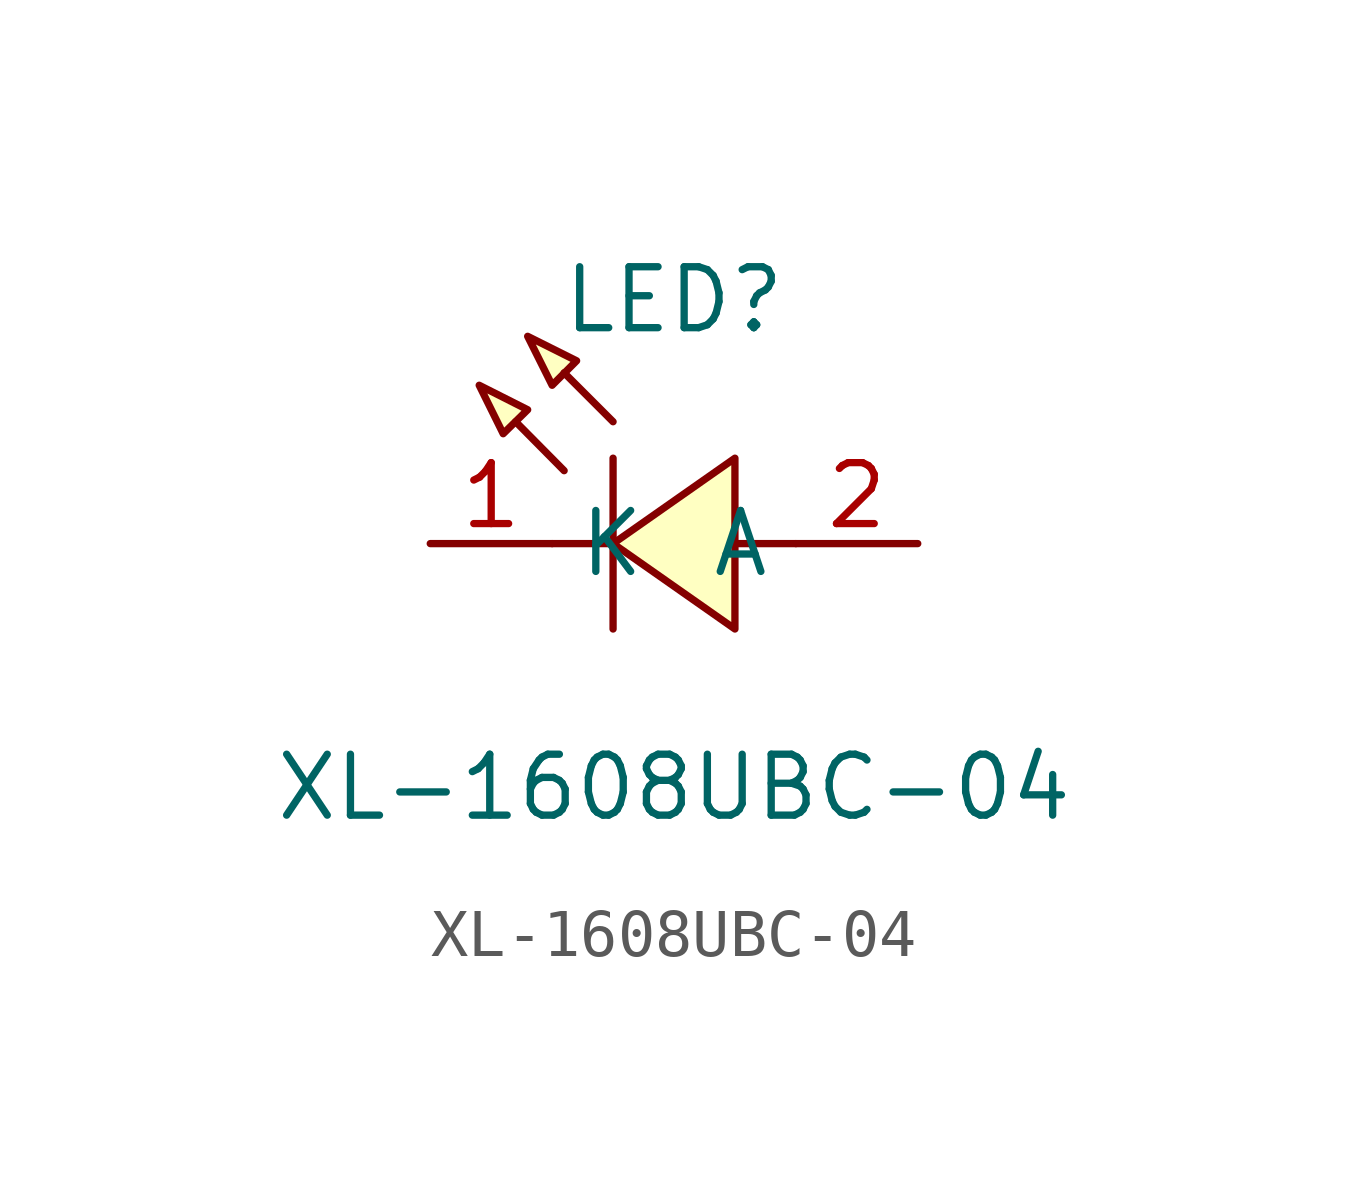
<source format=kicad_sym>
(kicad_symbol_lib
  (version 1)
  (generator "faebryk")
  (symbol "XL-1608UBC-04"
    (property "Reference" "LED"
      (at 0 5.08 0)
      (effects (font (size 1.27 1.27)) (hide no)))
    (property "Value" "XL-1608UBC-04"
      (at 0 -5.08 0)
      (effects (font (size 1.27 1.27)) (hide no)))
    (symbol "XL-1608UBC-04_0_1"
      (polyline (stroke (width 0) (type default) (color 0 0 0 0)) (fill (type background)) (pts (xy -4.06 3.3) (xy -3.05 2.79) (xy -3.56 2.29) (xy -4.06 3.3)))
      (polyline (stroke (width 0) (type default) (color 0 0 0 0)) (fill (type background)) (pts (xy -3.05 4.32) (xy -2.03 3.81) (xy -2.54 3.3) (xy -3.05 4.32)))
      (polyline (stroke (width 0) (type default) (color 0 0 0 0)) (fill (type background)) (pts (xy 1.27 1.78) (xy -1.27 0) (xy 1.27 -1.78) (xy 1.27 1.78)))
      (polyline (stroke (width 0) (type default) (color 0 0 0 0)) (fill (type background)) (pts (xy -2.29 1.52) (xy -3.3 2.54) (xy -2.29 1.52)))
      (polyline (stroke (width 0) (type default) (color 0 0 0 0)) (fill (type background)) (pts (xy -1.27 2.54) (xy -2.29 3.56) (xy -1.27 2.54)))
      (polyline (stroke (width 0) (type default) (color 0 0 0 0)) (fill (type none)) (pts (xy -1.27 0) (xy -2.54 0)))
      (polyline (stroke (width 0) (type default) (color 0 0 0 0)) (fill (type none)) (pts (xy 2.54 0) (xy 1.27 0)))
      (polyline (stroke (width 0) (type default) (color 0 0 0 0)) (fill (type none)) (pts (xy -1.27 1.78) (xy -1.27 -1.78)))
      (pin unspecified line (at -5.08 0 0) (length 2.54) (name "K" (effects (font (size 1.27 1.27)) (hide no))) (number "1" (effects (font (size 1.27 1.27)) (hide no))))
      (pin unspecified line (at 5.08 0 180) (length 2.54) (name "A" (effects (font (size 1.27 1.27)) (hide no))) (number "2" (effects (font (size 1.27 1.27)) (hide no)))))))
</source>
